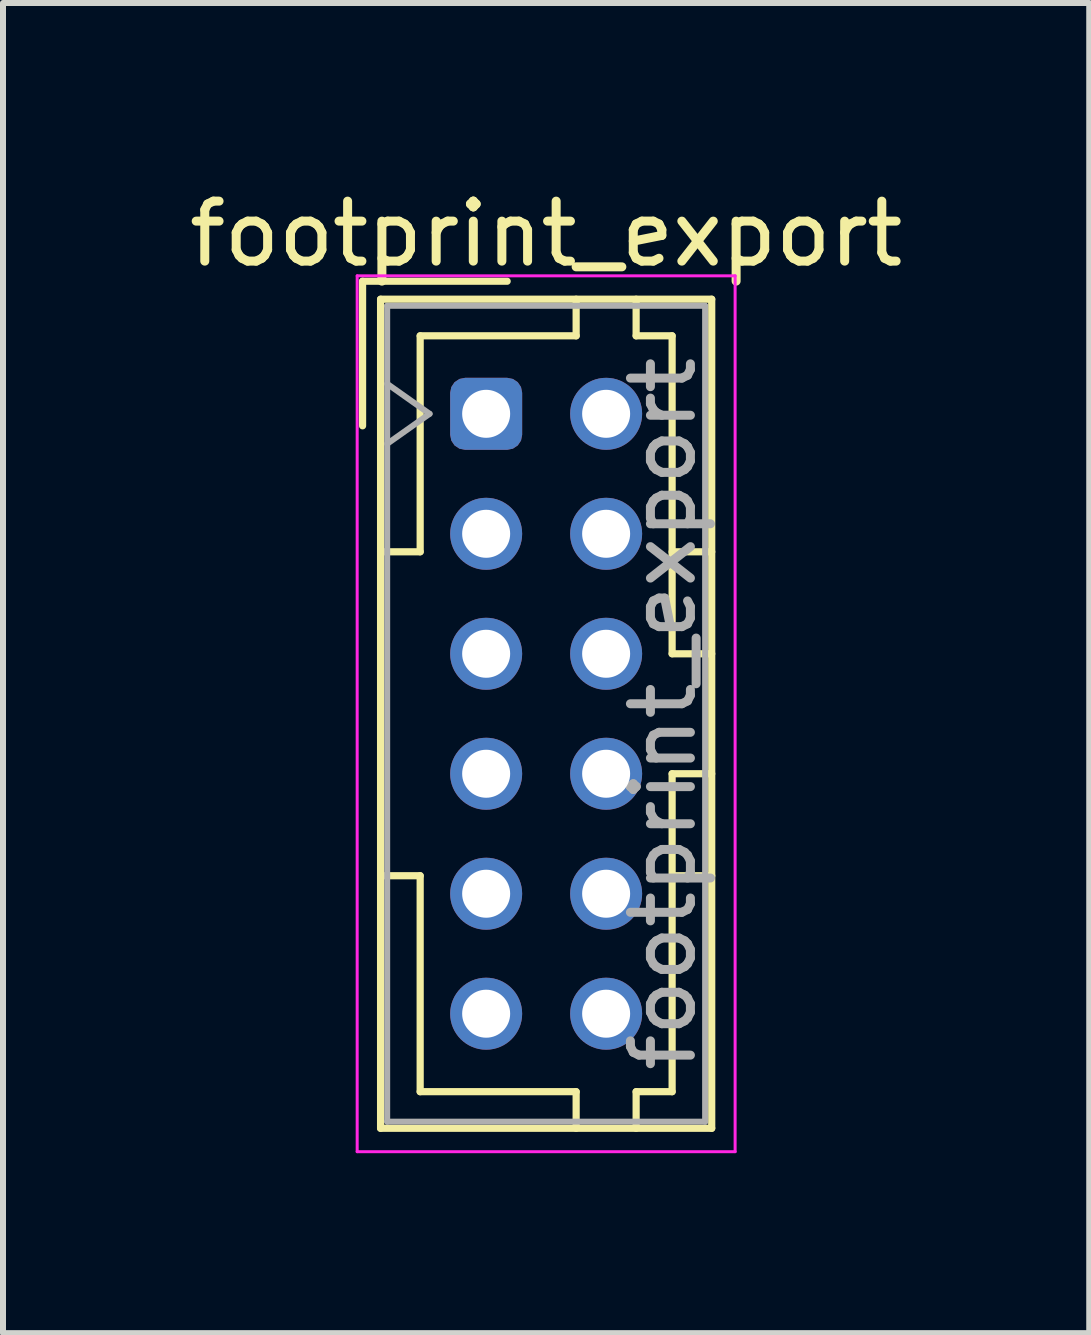
<source format=kicad_pcb>
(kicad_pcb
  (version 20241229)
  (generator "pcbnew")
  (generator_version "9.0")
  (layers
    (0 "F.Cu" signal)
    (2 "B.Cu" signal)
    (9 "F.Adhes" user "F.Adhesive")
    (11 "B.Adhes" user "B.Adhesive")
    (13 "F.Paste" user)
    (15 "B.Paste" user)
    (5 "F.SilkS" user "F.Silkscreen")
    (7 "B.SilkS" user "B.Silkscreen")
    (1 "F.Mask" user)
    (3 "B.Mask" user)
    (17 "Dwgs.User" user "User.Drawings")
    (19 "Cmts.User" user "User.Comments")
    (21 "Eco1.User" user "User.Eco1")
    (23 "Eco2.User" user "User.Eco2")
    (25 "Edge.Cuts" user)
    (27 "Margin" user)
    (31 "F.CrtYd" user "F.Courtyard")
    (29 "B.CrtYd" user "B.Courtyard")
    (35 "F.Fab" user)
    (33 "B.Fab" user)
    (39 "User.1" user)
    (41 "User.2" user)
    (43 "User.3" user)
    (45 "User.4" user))
  (footprint "footprint_export"
    (layer "F.Cu")
    (at 5.054 3.848)
    (property "Reference" "footprint_export" (at 1 -3 0) (layer "F.SilkS") (effects (font (size 1 1) (thickness 0.15))))
    (attr through_hole)
    (fp_line (start -2.06 -2.21) (end -2.06 0.2) (stroke (width 0.12) (type solid)) (layer "F.SilkS"))
    (fp_line (start -1.76 -1.91) (end -1.76 11.91) (stroke (width 0.12) (type solid)) (layer "F.SilkS"))
    (fp_line (start -1.76 11.91) (end 3.76 11.91) (stroke (width 0.12) (type solid)) (layer "F.SilkS"))
    (fp_line (start -1.1 -1.3) (end -1.1 2.3) (stroke (width 0.12) (type solid)) (layer "F.SilkS"))
    (fp_line (start -1.1 2.3) (end -1.76 2.3) (stroke (width 0.12) (type solid)) (layer "F.SilkS"))
    (fp_line (start -1.1 7.7) (end -1.76 7.7) (stroke (width 0.12) (type solid)) (layer "F.SilkS"))
    (fp_line (start -1.1 11.3) (end -1.1 7.7) (stroke (width 0.12) (type solid)) (layer "F.SilkS"))
    (fp_line (start 0.35 -2.21) (end -2.06 -2.21) (stroke (width 0.12) (type solid)) (layer "F.SilkS"))
    (fp_line (start 1.5 -1.91) (end 1.5 -1.3) (stroke (width 0.12) (type solid)) (layer "F.SilkS"))
    (fp_line (start 1.5 -1.3) (end -1.1 -1.3) (stroke (width 0.12) (type solid)) (layer "F.SilkS"))
    (fp_line (start 1.5 11.3) (end -1.1 11.3) (stroke (width 0.12) (type solid)) (layer "F.SilkS"))
    (fp_line (start 1.5 11.91) (end 1.5 11.3) (stroke (width 0.12) (type solid)) (layer "F.SilkS"))
    (fp_line (start 2.5 -1.91) (end 2.5 -1.3) (stroke (width 0.12) (type solid)) (layer "F.SilkS"))
    (fp_line (start 2.5 -1.3) (end 3.1 -1.3) (stroke (width 0.12) (type solid)) (layer "F.SilkS"))
    (fp_line (start 2.5 11.3) (end 3.1 11.3) (stroke (width 0.12) (type solid)) (layer "F.SilkS"))
    (fp_line (start 2.5 11.91) (end 2.5 11.3) (stroke (width 0.12) (type solid)) (layer "F.SilkS"))
    (fp_line (start 3.1 -1.3) (end 3.1 4) (stroke (width 0.12) (type solid)) (layer "F.SilkS"))
    (fp_line (start 3.1 4) (end 3.76 4) (stroke (width 0.12) (type solid)) (layer "F.SilkS"))
    (fp_line (start 3.1 6) (end 3.76 6) (stroke (width 0.12) (type solid)) (layer "F.SilkS"))
    (fp_line (start 3.1 11.3) (end 3.1 6) (stroke (width 0.12) (type solid)) (layer "F.SilkS"))
    (fp_line (start 3.76 -1.91) (end -1.76 -1.91) (stroke (width 0.12) (type solid)) (layer "F.SilkS"))
    (fp_line (start 3.76 2.3) (end 3.1 2.3) (stroke (width 0.12) (type solid)) (layer "F.SilkS"))
    (fp_line (start 3.76 7.7) (end 3.1 7.7) (stroke (width 0.12) (type solid)) (layer "F.SilkS"))
    (fp_line (start 3.76 11.91) (end 3.76 -1.91) (stroke (width 0.12) (type solid)) (layer "F.SilkS"))
    (fp_line (start -2.15 -2.3) (end -2.15 12.3) (stroke (width 0.05) (type solid)) (layer "F.CrtYd"))
    (fp_line (start -2.15 12.3) (end 4.15 12.3) (stroke (width 0.05) (type solid)) (layer "F.CrtYd"))
    (fp_line (start 4.15 -2.3) (end -2.15 -2.3) (stroke (width 0.05) (type solid)) (layer "F.CrtYd"))
    (fp_line (start 4.15 12.3) (end 4.15 -2.3) (stroke (width 0.05) (type solid)) (layer "F.CrtYd"))
    (fp_line (start -1.65 -1.8) (end -1.65 11.8) (stroke (width 0.1) (type solid)) (layer "F.Fab"))
    (fp_line (start -1.65 0.5) (end -0.943 0) (stroke (width 0.1) (type solid)) (layer "F.Fab"))
    (fp_line (start -1.65 11.8) (end 3.65 11.8) (stroke (width 0.1) (type solid)) (layer "F.Fab"))
    (fp_line (start -0.943 0) (end -1.65 -0.5) (stroke (width 0.1) (type solid)) (layer "F.Fab"))
    (fp_line (start 3.65 -1.8) (end -1.65 -1.8) (stroke (width 0.1) (type solid)) (layer "F.Fab"))
    (fp_line (start 3.65 11.8) (end 3.65 -1.8) (stroke (width 0.1) (type solid)) (layer "F.Fab"))
    (fp_text user "${REFERENCE}" (at 2.95 5 90) (layer "F.Fab") (effects (font (size 1 1) (thickness 0.15))))
    (pad "a1" thru_hole roundrect (at 0 0) (size 1.2 1.2) (drill 0.8) (layers "*.Cu" "*.Mask") (roundrect_rratio 0.208))
    (pad "a2" thru_hole circle (at 0 2) (size 1.2 1.2) (drill 0.8) (layers "*.Cu" "*.Mask"))
    (pad "a3" thru_hole circle (at 0 4) (size 1.2 1.2) (drill 0.8) (layers "*.Cu" "*.Mask"))
    (pad "a4" thru_hole circle (at 0 6) (size 1.2 1.2) (drill 0.8) (layers "*.Cu" "*.Mask"))
    (pad "a5" thru_hole circle (at 0 8) (size 1.2 1.2) (drill 0.8) (layers "*.Cu" "*.Mask"))
    (pad "a6" thru_hole circle (at 0 10) (size 1.2 1.2) (drill 0.8) (layers "*.Cu" "*.Mask"))
    (pad "b1" thru_hole circle (at 2 0) (size 1.2 1.2) (drill 0.8) (layers "*.Cu" "*.Mask"))
    (pad "b2" thru_hole circle (at 2 2) (size 1.2 1.2) (drill 0.8) (layers "*.Cu" "*.Mask"))
    (pad "b3" thru_hole circle (at 2 4) (size 1.2 1.2) (drill 0.8) (layers "*.Cu" "*.Mask"))
    (pad "b4" thru_hole circle (at 2 6) (size 1.2 1.2) (drill 0.8) (layers "*.Cu" "*.Mask"))
    (pad "b5" thru_hole circle (at 2 8) (size 1.2 1.2) (drill 0.8) (layers "*.Cu" "*.Mask"))
    (pad "b6" thru_hole circle (at 2 10) (size 1.2 1.2) (drill 0.8) (layers "*.Cu" "*.Mask")))
  (gr_rect
    (start -3 -3)
    (end 15.107 19.173)
    (stroke (width 0.1) (type default))
    (fill no)
    (layer "Edge.Cuts")))
</source>
